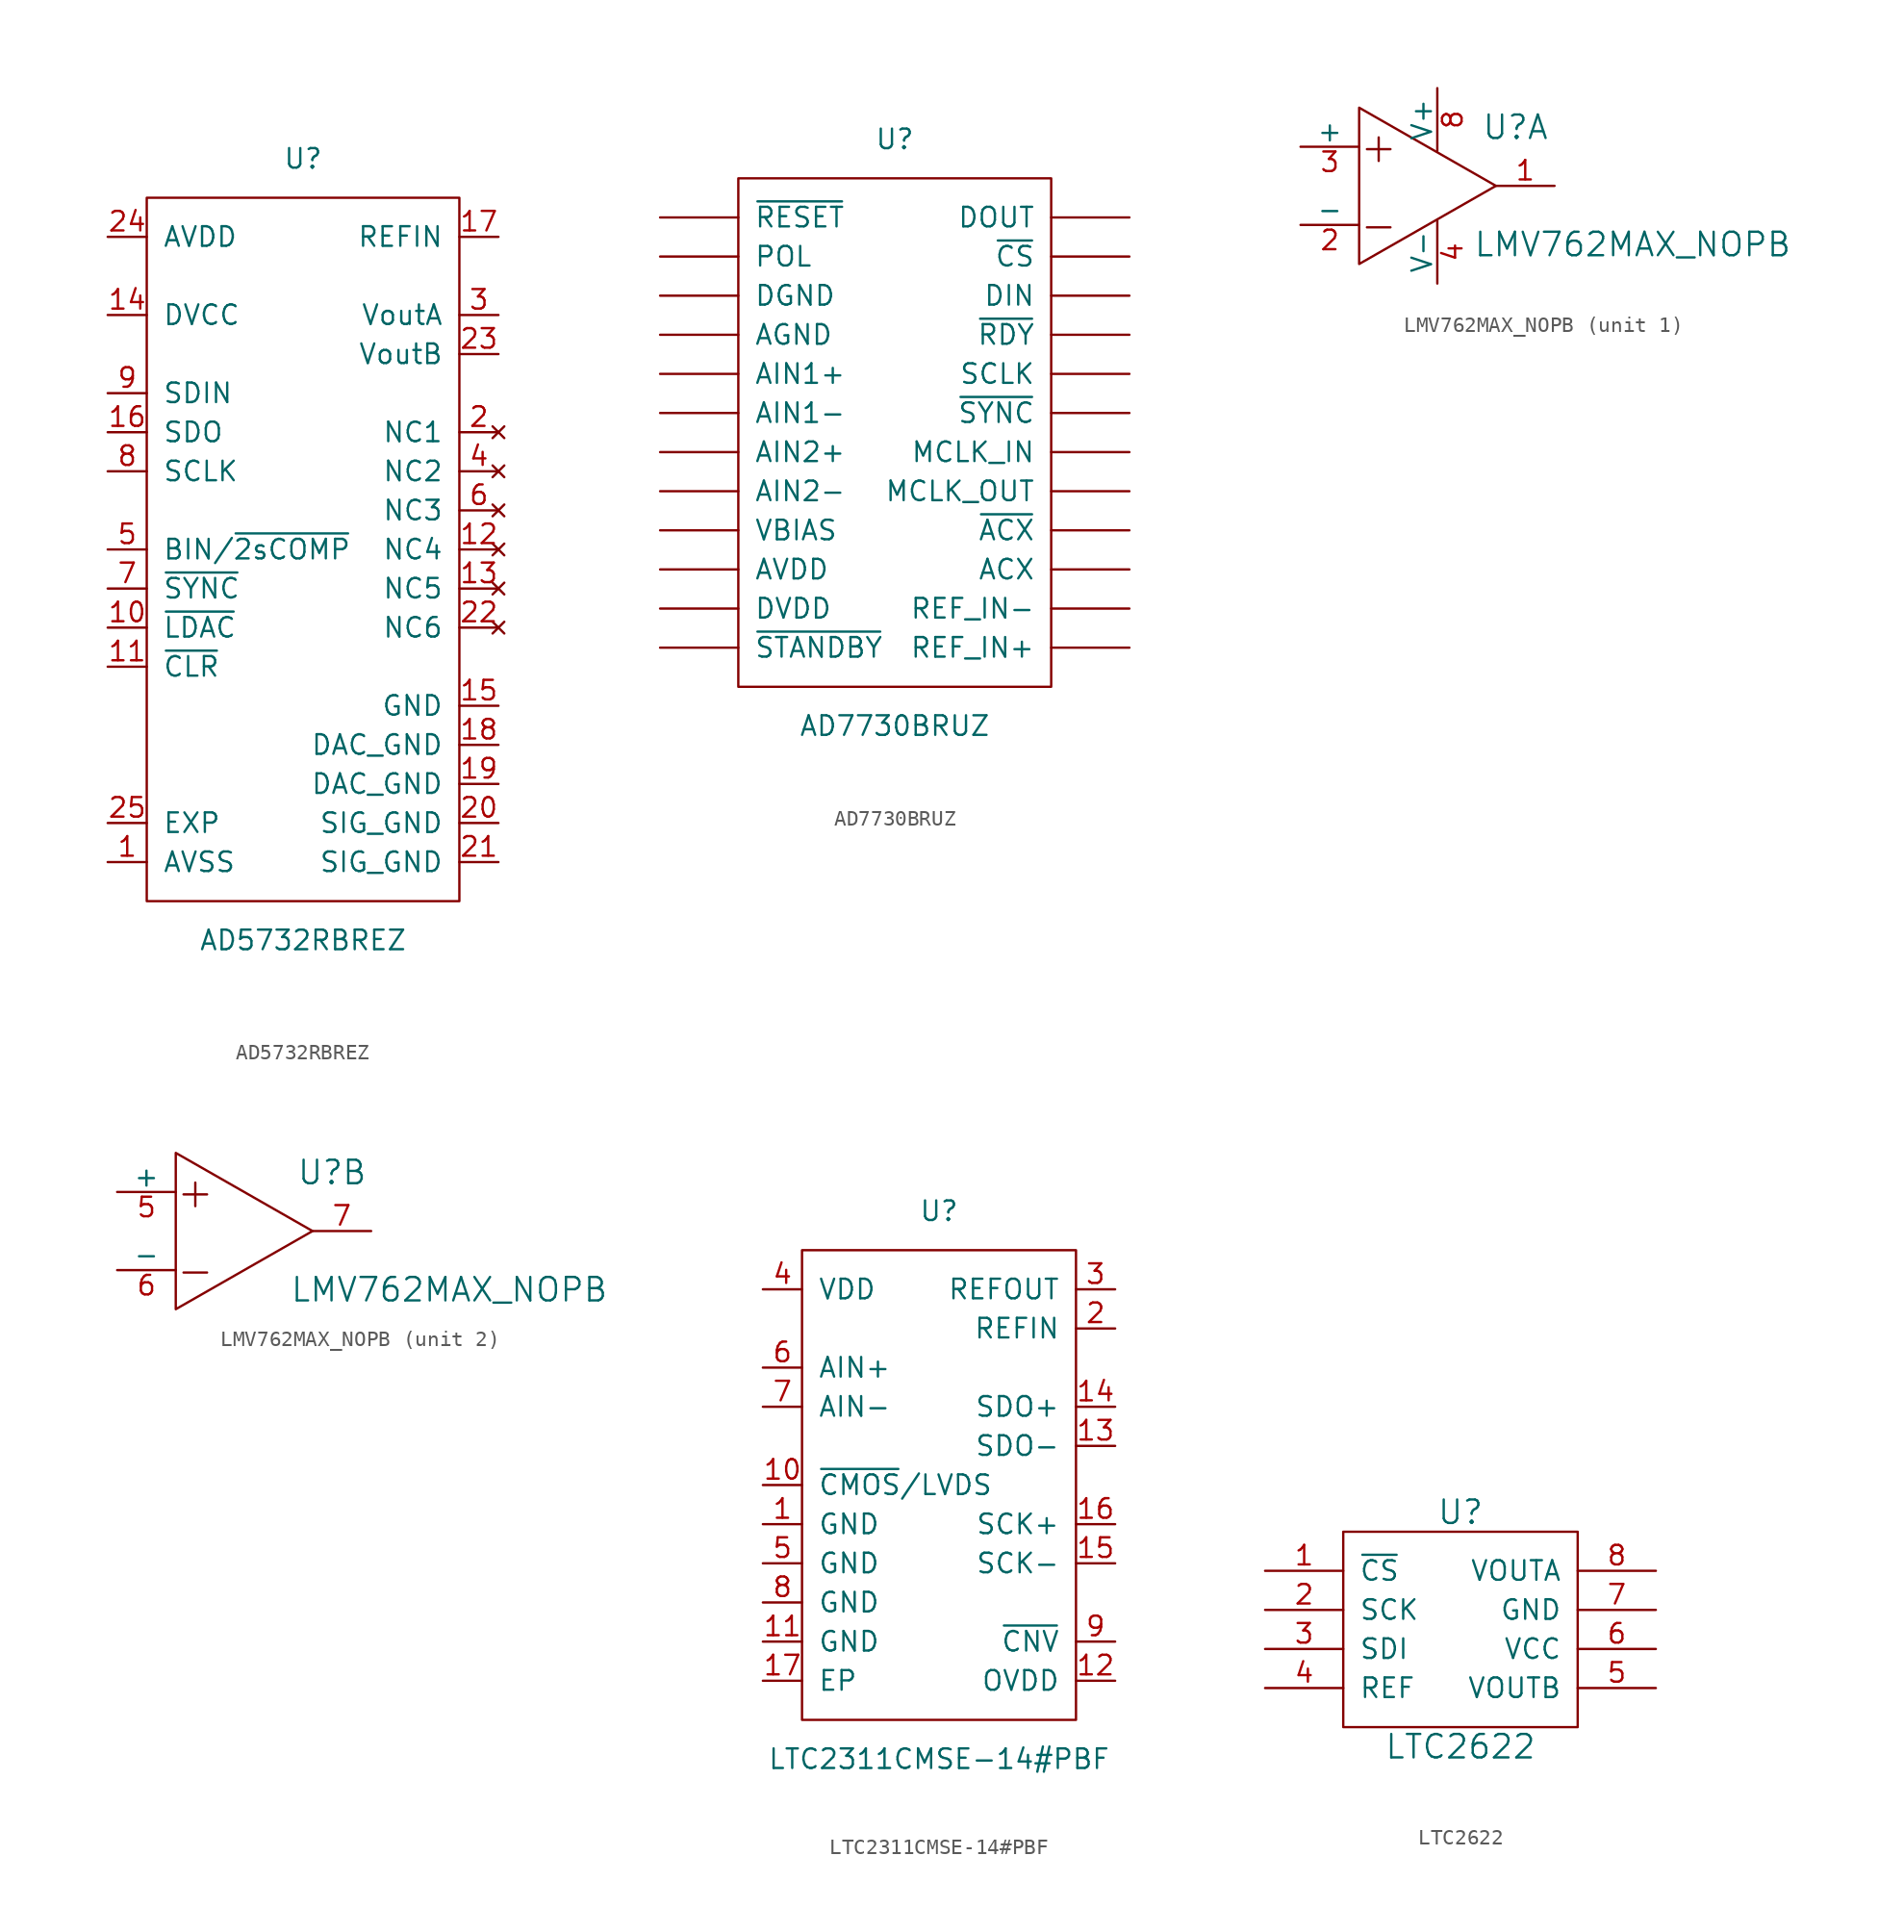
<source format=kicad_sym>
(kicad_symbol_lib
  (version 20201005)
  (generator kicad_symbol_editor)
  (symbol "AD5732RBREZ"
    (pin_names
      (offset 1.016))
    (property "Reference" "U"
      (at 0 22.86 0)
      (effects (font (size 1.27 1.27))))
    (property "Value" "AD5732RBREZ"
      (at 0 -27.94 0)
      (effects (font (size 1.27 1.27))))
    (symbol "AD5732RBREZ_0_1"
      (rectangle (start -10.16 20.32) (end 10.16 -25.4) (stroke (width 0)) (fill (type none))))
    (symbol "AD5732RBREZ_1_1"
      (pin power_in line (at -12.7 -22.86 0) (length 2.54) (name "AVSS" (effects (font (size 1.27 1.27)))) (number "1" (effects (font (size 1.27 1.27)))))
      (pin input line (at -12.7 -7.62 0) (length 2.54) (name "~LDAC" (effects (font (size 1.27 1.27)))) (number "10" (effects (font (size 1.27 1.27)))))
      (pin input line (at -12.7 -10.16 0) (length 2.54) (name "~CLR" (effects (font (size 1.27 1.27)))) (number "11" (effects (font (size 1.27 1.27)))))
      (pin unconnected line (at 12.7 -2.54 180) (length 2.54) (name "NC4" (effects (font (size 1.27 1.27)))) (number "12" (effects (font (size 1.27 1.27)))))
      (pin unconnected line (at 12.7 -5.08 180) (length 2.54) (name "NC5" (effects (font (size 1.27 1.27)))) (number "13" (effects (font (size 1.27 1.27)))))
      (pin power_in line (at -12.7 12.7 0) (length 2.54) (name "DVCC" (effects (font (size 1.27 1.27)))) (number "14" (effects (font (size 1.27 1.27)))))
      (pin power_in line (at 12.7 -12.7 180) (length 2.54) (name "GND" (effects (font (size 1.27 1.27)))) (number "15" (effects (font (size 1.27 1.27)))))
      (pin output line (at -12.7 5.08 0) (length 2.54) (name "SDO" (effects (font (size 1.27 1.27)))) (number "16" (effects (font (size 1.27 1.27)))))
      (pin input line (at 12.7 17.78 180) (length 2.54) (name "REFIN" (effects (font (size 1.27 1.27)))) (number "17" (effects (font (size 1.27 1.27)))))
      (pin power_in line (at 12.7 -15.24 180) (length 2.54) (name "DAC_GND" (effects (font (size 1.27 1.27)))) (number "18" (effects (font (size 1.27 1.27)))))
      (pin power_in line (at 12.7 -17.78 180) (length 2.54) (name "DAC_GND" (effects (font (size 1.27 1.27)))) (number "19" (effects (font (size 1.27 1.27)))))
      (pin unconnected line (at 12.7 5.08 180) (length 2.54) (name "NC1" (effects (font (size 1.27 1.27)))) (number "2" (effects (font (size 1.27 1.27)))))
      (pin power_in line (at 12.7 -20.32 180) (length 2.54) (name "SIG_GND" (effects (font (size 1.27 1.27)))) (number "20" (effects (font (size 1.27 1.27)))))
      (pin power_in line (at 12.7 -22.86 180) (length 2.54) (name "SIG_GND" (effects (font (size 1.27 1.27)))) (number "21" (effects (font (size 1.27 1.27)))))
      (pin unconnected line (at 12.7 -7.62 180) (length 2.54) (name "NC6" (effects (font (size 1.27 1.27)))) (number "22" (effects (font (size 1.27 1.27)))))
      (pin output line (at 12.7 10.16 180) (length 2.54) (name "VoutB" (effects (font (size 1.27 1.27)))) (number "23" (effects (font (size 1.27 1.27)))))
      (pin power_in line (at -12.7 17.78 0) (length 2.54) (name "AVDD" (effects (font (size 1.27 1.27)))) (number "24" (effects (font (size 1.27 1.27)))))
      (pin input line (at -12.7 -20.32 0) (length 2.54) (name "EXP" (effects (font (size 1.27 1.27)))) (number "25" (effects (font (size 1.27 1.27)))))
      (pin output line (at 12.7 12.7 180) (length 2.54) (name "VoutA" (effects (font (size 1.27 1.27)))) (number "3" (effects (font (size 1.27 1.27)))))
      (pin unconnected line (at 12.7 2.54 180) (length 2.54) (name "NC2" (effects (font (size 1.27 1.27)))) (number "4" (effects (font (size 1.27 1.27)))))
      (pin input line (at -12.7 -2.54 0) (length 2.54) (name "BIN/~2sCOMP" (effects (font (size 1.27 1.27)))) (number "5" (effects (font (size 1.27 1.27)))))
      (pin unconnected line (at 12.7 0 180) (length 2.54) (name "NC3" (effects (font (size 1.27 1.27)))) (number "6" (effects (font (size 1.27 1.27)))))
      (pin input line (at -12.7 -5.08 0) (length 2.54) (name "~SYNC" (effects (font (size 1.27 1.27)))) (number "7" (effects (font (size 1.27 1.27)))))
      (pin input line (at -12.7 2.54 0) (length 2.54) (name "SCLK" (effects (font (size 1.27 1.27)))) (number "8" (effects (font (size 1.27 1.27)))))
      (pin input line (at -12.7 7.62 0) (length 2.54) (name "SDIN" (effects (font (size 1.27 1.27)))) (number "9" (effects (font (size 1.27 1.27)))))))
  (symbol "AD7730BRUZ"
    (pin_names
      (offset 1.016))
    (property "Reference" "U"
      (at 0 17.78 0)
      (effects (font (size 1.27 1.27))))
    (property "Value" "AD7730BRUZ"
      (at 0 -20.32 0)
      (effects (font (size 1.27 1.27))))
    (symbol "AD7730BRUZ_0_1"
      (rectangle (start -10.16 15.24) (end 10.16 -17.78) (stroke (width 0)) (fill (type none))))
    (symbol "AD7730BRUZ_1_1"
      (pin output line (at 15.24 -10.16 180) (length 5.08) (name "ACX" (effects (font (size 1.27 1.27)))) (number "~" (effects (font (size 1.27 1.27)))))
      (pin power_in line (at -15.24 5.08 0) (length 5.08) (name "AGND" (effects (font (size 1.27 1.27)))) (number "~" (effects (font (size 1.27 1.27)))))
      (pin input line (at -15.24 2.54 0) (length 5.08) (name "AIN1+" (effects (font (size 1.27 1.27)))) (number "~" (effects (font (size 1.27 1.27)))))
      (pin input line (at -15.24 0 0) (length 5.08) (name "AIN1-" (effects (font (size 1.27 1.27)))) (number "~" (effects (font (size 1.27 1.27)))))
      (pin input line (at -15.24 -2.54 0) (length 5.08) (name "AIN2+" (effects (font (size 1.27 1.27)))) (number "~" (effects (font (size 1.27 1.27)))))
      (pin input line (at -15.24 -5.08 0) (length 5.08) (name "AIN2-" (effects (font (size 1.27 1.27)))) (number "~" (effects (font (size 1.27 1.27)))))
      (pin power_in line (at -15.24 -10.16 0) (length 5.08) (name "AVDD" (effects (font (size 1.27 1.27)))) (number "~" (effects (font (size 1.27 1.27)))))
      (pin power_in line (at -15.24 7.62 0) (length 5.08) (name "DGND" (effects (font (size 1.27 1.27)))) (number "~" (effects (font (size 1.27 1.27)))))
      (pin input line (at 15.24 7.62 180) (length 5.08) (name "DIN" (effects (font (size 1.27 1.27)))) (number "~" (effects (font (size 1.27 1.27)))))
      (pin output line (at 15.24 12.7 180) (length 5.08) (name "DOUT" (effects (font (size 1.27 1.27)))) (number "~" (effects (font (size 1.27 1.27)))))
      (pin power_in line (at -15.24 -12.7 0) (length 5.08) (name "DVDD" (effects (font (size 1.27 1.27)))) (number "~" (effects (font (size 1.27 1.27)))))
      (pin input line (at 15.24 -2.54 180) (length 5.08) (name "MCLK_IN" (effects (font (size 1.27 1.27)))) (number "~" (effects (font (size 1.27 1.27)))))
      (pin output line (at 15.24 -5.08 180) (length 5.08) (name "MCLK_OUT" (effects (font (size 1.27 1.27)))) (number "~" (effects (font (size 1.27 1.27)))))
      (pin input line (at -15.24 10.16 0) (length 5.08) (name "POL" (effects (font (size 1.27 1.27)))) (number "~" (effects (font (size 1.27 1.27)))))
      (pin input line (at 15.24 -15.24 180) (length 5.08) (name "REF_IN+" (effects (font (size 1.27 1.27)))) (number "~" (effects (font (size 1.27 1.27)))))
      (pin input line (at 15.24 -12.7 180) (length 5.08) (name "REF_IN-" (effects (font (size 1.27 1.27)))) (number "~" (effects (font (size 1.27 1.27)))))
      (pin input line (at 15.24 2.54 180) (length 5.08) (name "SCLK" (effects (font (size 1.27 1.27)))) (number "~" (effects (font (size 1.27 1.27)))))
      (pin input line (at -15.24 -7.62 0) (length 5.08) (name "VBIAS" (effects (font (size 1.27 1.27)))) (number "~" (effects (font (size 1.27 1.27)))))
      (pin output line (at 15.24 -7.62 180) (length 5.08) (name "~ACX" (effects (font (size 1.27 1.27)))) (number "~" (effects (font (size 1.27 1.27)))))
      (pin input line (at 15.24 10.16 180) (length 5.08) (name "~CS" (effects (font (size 1.27 1.27)))) (number "~" (effects (font (size 1.27 1.27)))))
      (pin output line (at 15.24 5.08 180) (length 5.08) (name "~RDY" (effects (font (size 1.27 1.27)))) (number "~" (effects (font (size 1.27 1.27)))))
      (pin input line (at -15.24 12.7 0) (length 5.08) (name "~RESET" (effects (font (size 1.27 1.27)))) (number "~" (effects (font (size 1.27 1.27)))))
      (pin input line (at -15.24 -15.24 0) (length 5.08) (name "~STANDBY" (effects (font (size 1.27 1.27)))) (number "~" (effects (font (size 1.27 1.27)))))
      (pin input line (at 15.24 0 180) (length 5.08) (name "~SYNC" (effects (font (size 1.27 1.27)))) (number "~" (effects (font (size 1.27 1.27)))))))
  (symbol "LMV762MAX_NOPB"
    (pin_names
      (offset 0))
    (property "Reference" "U"
      (at 5.08 3.81 0)
      (effects (font (size 1.524 1.524))))
    (property "Value" "LMV762MAX_NOPB"
      (at 12.7 -3.81 0)
      (effects (font (size 1.524 1.524))))
    (symbol "LMV762MAX_NOPB_0_0"
      (text "+" (at -3.81 2.54 0) (effects (font (size 2.007 2.007))))
      (text "-" (at -3.81 -2.54 0) (effects (font (size 2.007 2.007)))))
    (symbol "LMV762MAX_NOPB_0_1"
      (polyline (pts (xy -5.08 5.08) (xy -5.08 -5.08) (xy 3.81 0) (xy -5.08 5.08)) (stroke (width 0)) (fill (type none))))
    (symbol "LMV762MAX_NOPB_1_1"
      (pin output line (at 7.62 0 180) (length 3.81) (name "~" (effects (font (size 1.27 1.27)))) (number "1" (effects (font (size 1.27 1.27)))))
      (pin input line (at -8.89 -2.54 0) (length 3.81) (name "-" (effects (font (size 1.27 1.27)))) (number "2" (effects (font (size 1.27 1.27)))))
      (pin input line (at -8.89 2.54 0) (length 3.81) (name "+" (effects (font (size 1.27 1.27)))) (number "3" (effects (font (size 1.27 1.27)))))
      (pin power_in line (at 0 -6.35 90) (length 4.089) (name "V-" (effects (font (size 1.27 1.27)))) (number "4" (effects (font (size 1.27 1.27)))))
      (pin power_in line (at 0 6.35 270) (length 4.089) (name "V+" (effects (font (size 1.27 1.27)))) (number "8" (effects (font (size 1.27 1.27))))))
    (symbol "LMV762MAX_NOPB_2_1"
      (pin input line (at -8.89 2.54 0) (length 3.81) (name "+" (effects (font (size 1.27 1.27)))) (number "5" (effects (font (size 1.27 1.27)))))
      (pin input line (at -8.89 -2.54 0) (length 3.81) (name "-" (effects (font (size 1.27 1.27)))) (number "6" (effects (font (size 1.27 1.27)))))
      (pin output line (at 7.62 0 180) (length 3.81) (name "~" (effects (font (size 1.27 1.27)))) (number "7" (effects (font (size 1.27 1.27)))))))
  (symbol "LTC2311CMSE-14#PBF"
    (pin_names
      (offset 1.016))
    (property "Reference" "U"
      (at 0 17.78 0)
      (effects (font (size 1.27 1.27))))
    (property "Value" "LTC2311CMSE-14#PBF"
      (at 0 -17.78 0)
      (effects (font (size 1.27 1.27))))
    (symbol "LTC2311CMSE-14#PBF_0_1"
      (rectangle (start -8.89 15.24) (end 8.89 -15.24) (stroke (width 0)) (fill (type none))))
    (symbol "LTC2311CMSE-14#PBF_1_1"
      (pin power_in line (at -11.43 -2.54 0) (length 2.54) (name "GND" (effects (font (size 1.27 1.27)))) (number "1" (effects (font (size 1.27 1.27)))))
      (pin input line (at -11.43 0 0) (length 2.54) (name "~CMOS~/LVDS" (effects (font (size 1.27 1.27)))) (number "10" (effects (font (size 1.27 1.27)))))
      (pin power_in line (at -11.43 -10.16 0) (length 2.54) (name "GND" (effects (font (size 1.27 1.27)))) (number "11" (effects (font (size 1.27 1.27)))))
      (pin power_out line (at 11.43 -12.7 180) (length 2.54) (name "OVDD" (effects (font (size 1.27 1.27)))) (number "12" (effects (font (size 1.27 1.27)))))
      (pin output line (at 11.43 2.54 180) (length 2.54) (name "SDO-" (effects (font (size 1.27 1.27)))) (number "13" (effects (font (size 1.27 1.27)))))
      (pin output line (at 11.43 5.08 180) (length 2.54) (name "SDO+" (effects (font (size 1.27 1.27)))) (number "14" (effects (font (size 1.27 1.27)))))
      (pin input line (at 11.43 -5.08 180) (length 2.54) (name "SCK-" (effects (font (size 1.27 1.27)))) (number "15" (effects (font (size 1.27 1.27)))))
      (pin input line (at 11.43 -2.54 180) (length 2.54) (name "SCK+" (effects (font (size 1.27 1.27)))) (number "16" (effects (font (size 1.27 1.27)))))
      (pin power_in line (at -11.43 -12.7 0) (length 2.54) (name "EP" (effects (font (size 1.27 1.27)))) (number "17" (effects (font (size 1.27 1.27)))))
      (pin input line (at 11.43 10.16 180) (length 2.54) (name "REFIN" (effects (font (size 1.27 1.27)))) (number "2" (effects (font (size 1.27 1.27)))))
      (pin input line (at 11.43 12.7 180) (length 2.54) (name "REFOUT" (effects (font (size 1.27 1.27)))) (number "3" (effects (font (size 1.27 1.27)))))
      (pin power_in line (at -11.43 12.7 0) (length 2.54) (name "VDD" (effects (font (size 1.27 1.27)))) (number "4" (effects (font (size 1.27 1.27)))))
      (pin power_in line (at -11.43 -5.08 0) (length 2.54) (name "GND" (effects (font (size 1.27 1.27)))) (number "5" (effects (font (size 1.27 1.27)))))
      (pin input line (at -11.43 7.62 0) (length 2.54) (name "AIN+" (effects (font (size 1.27 1.27)))) (number "6" (effects (font (size 1.27 1.27)))))
      (pin input line (at -11.43 5.08 0) (length 2.54) (name "AIN-" (effects (font (size 1.27 1.27)))) (number "7" (effects (font (size 1.27 1.27)))))
      (pin power_in line (at -11.43 -7.62 0) (length 2.54) (name "GND" (effects (font (size 1.27 1.27)))) (number "8" (effects (font (size 1.27 1.27)))))
      (pin input line (at 11.43 -10.16 180) (length 2.54) (name "~CNV" (effects (font (size 1.27 1.27)))) (number "9" (effects (font (size 1.27 1.27)))))))
  (symbol "LTC2622"
    (pin_names
      (offset 1.016))
    (property "Reference" "U"
      (at 0 7.62 0)
      (effects (font (size 1.524 1.524))))
    (property "Value" "LTC2622"
      (at 0 -7.62 0)
      (effects (font (size 1.524 1.524))))
    (property "Footprint" ""
      (at -3.81 27.94 0)
      (effects (font (size 1.524 1.524))))
    (symbol "LTC2622_0_1"
      (rectangle (start -7.62 6.35) (end 7.62 -6.35) (stroke (width 0)) (fill (type none))))
    (symbol "LTC2622_1_1"
      (pin input line (at -12.7 3.81 0) (length 5.08) (name "~CS" (effects (font (size 1.27 1.27)))) (number "1" (effects (font (size 1.27 1.27)))))
      (pin input line (at -12.7 1.27 0) (length 5.08) (name "SCK" (effects (font (size 1.27 1.27)))) (number "2" (effects (font (size 1.27 1.27)))))
      (pin input line (at -12.7 -1.27 0) (length 5.08) (name "SDI" (effects (font (size 1.27 1.27)))) (number "3" (effects (font (size 1.27 1.27)))))
      (pin input line (at -12.7 -3.81 0) (length 5.08) (name "REF" (effects (font (size 1.27 1.27)))) (number "4" (effects (font (size 1.27 1.27)))))
      (pin output line (at 12.7 -3.81 180) (length 5.08) (name "VOUTB" (effects (font (size 1.27 1.27)))) (number "5" (effects (font (size 1.27 1.27)))))
      (pin power_in line (at 12.7 -1.27 180) (length 5.08) (name "VCC" (effects (font (size 1.27 1.27)))) (number "6" (effects (font (size 1.27 1.27)))))
      (pin power_in line (at 12.7 1.27 180) (length 5.08) (name "GND" (effects (font (size 1.27 1.27)))) (number "7" (effects (font (size 1.27 1.27)))))
      (pin output line (at 12.7 3.81 180) (length 5.08) (name "VOUTA" (effects (font (size 1.27 1.27)))) (number "8" (effects (font (size 1.27 1.27))))))))
</source>
